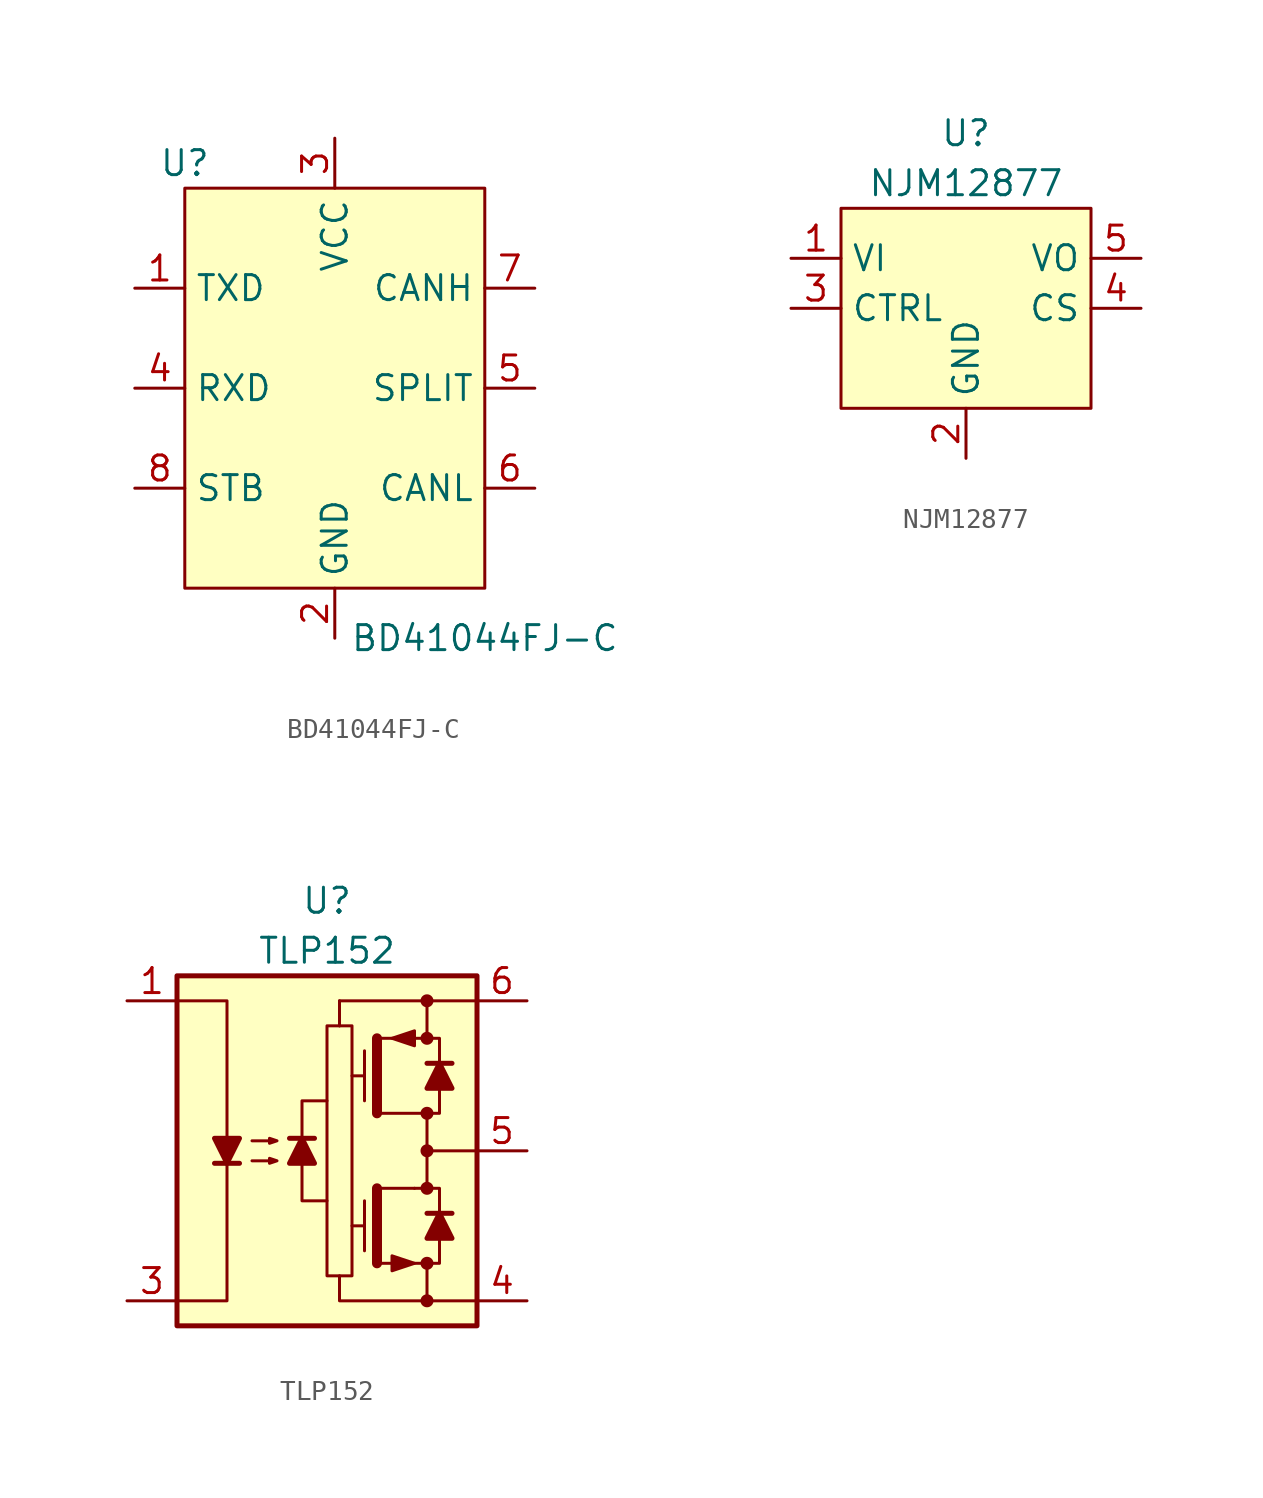
<source format=kicad_sym>
(kicad_symbol_lib
  (version 20231120)
  (generator "kicad_symbol_editor")
  (generator_version "8.0")
  (symbol "BD41044FJ-C"
    (property "Reference" "U"
      (at -7.62 11.43 0)
      (effects (font (size 1.27 1.27))))
    (property "Value" "BD41044FJ-C"
      (at 7.62 -12.7 0)
      (effects (font (size 1.27 1.27))))
    (symbol "BD41044FJ-C_1_1"
      (rectangle (start -7.62 10.16) (end 7.62 -10.16) (stroke (width 0) (type default)) (fill (type background)))
      (pin passive line (at -10.16 5.08 0) (length 2.54) (name "TXD" (effects (font (size 1.27 1.27)))) (number "1" (effects (font (size 1.27 1.27)))))
      (pin power_in line (at 0 -12.7 90) (length 2.54) (name "GND" (effects (font (size 1.27 1.27)))) (number "2" (effects (font (size 1.27 1.27)))))
      (pin power_in line (at 0 12.7 270) (length 2.54) (name "VCC" (effects (font (size 1.27 1.27)))) (number "3" (effects (font (size 1.27 1.27)))))
      (pin passive line (at -10.16 0 0) (length 2.54) (name "RXD" (effects (font (size 1.27 1.27)))) (number "4" (effects (font (size 1.27 1.27)))))
      (pin passive line (at 10.16 0 180) (length 2.54) (name "SPLIT" (effects (font (size 1.27 1.27)))) (number "5" (effects (font (size 1.27 1.27)))))
      (pin passive line (at 10.16 -5.08 180) (length 2.54) (name "CANL" (effects (font (size 1.27 1.27)))) (number "6" (effects (font (size 1.27 1.27)))))
      (pin passive line (at 10.16 5.08 180) (length 2.54) (name "CANH" (effects (font (size 1.27 1.27)))) (number "7" (effects (font (size 1.27 1.27)))))
      (pin passive line (at -10.16 -5.08 0) (length 2.54) (name "STB" (effects (font (size 1.27 1.27)))) (number "8" (effects (font (size 1.27 1.27)))))))
  (symbol "NJM12877"
    (property "Reference" "U"
      (at 0 8.89 0)
      (effects (font (size 1.27 1.27))))
    (property "Value" "NJM12877"
      (at 0 6.35 0)
      (effects (font (size 1.27 1.27))))
    (symbol "NJM12877_1_1"
      (rectangle (start -6.35 5.08) (end 6.35 -5.08) (stroke (width 0) (type default)) (fill (type background)))
      (pin power_in line (at -8.89 2.54 0) (length 2.54) (name "VI" (effects (font (size 1.27 1.27)))) (number "1" (effects (font (size 1.27 1.27)))))
      (pin power_in line (at 0 -7.62 90) (length 2.54) (name "GND" (effects (font (size 1.27 1.27)))) (number "2" (effects (font (size 1.27 1.27)))))
      (pin passive line (at -8.89 0 0) (length 2.54) (name "CTRL" (effects (font (size 1.27 1.27)))) (number "3" (effects (font (size 1.27 1.27)))))
      (pin passive line (at 8.89 0 180) (length 2.54) (name "CS" (effects (font (size 1.27 1.27)))) (number "4" (effects (font (size 1.27 1.27)))))
      (pin power_out line (at 8.89 2.54 180) (length 2.54) (name "VO" (effects (font (size 1.27 1.27)))) (number "5" (effects (font (size 1.27 1.27)))))))
  (symbol "TLP152"
    (property "Reference" "U"
      (at 0 12.7 0)
      (effects (font (size 1.27 1.27))))
    (property "Value" "TLP152"
      (at 0 10.16 0)
      (effects (font (size 1.27 1.27))))
    (symbol "TLP152_0_1"
      (rectangle (start -7.62 8.89) (end 7.62 -8.89) (stroke (width 0.254) (type default)) (fill (type background)))
      (polyline (pts (xy -5.715 -0.635) (xy -4.445 -0.635)) (stroke (width 0.254) (type default)) (fill (type none)))
      (polyline (pts (xy -0.635 0.635) (xy -1.905 0.635)) (stroke (width 0.254) (type default)) (fill (type none)))
      (polyline (pts (xy 1.27 -3.81) (xy 1.905 -3.81)) (stroke (width 0) (type default)) (fill (type none)))
      (polyline (pts (xy 1.27 3.81) (xy 1.905 3.81)) (stroke (width 0) (type default)) (fill (type none)))
      (polyline (pts (xy 1.905 -5.08) (xy 1.905 -2.54)) (stroke (width 0) (type default)) (fill (type none)))
      (polyline (pts (xy 1.905 2.54) (xy 1.905 5.08)) (stroke (width 0) (type default)) (fill (type none)))
      (polyline (pts (xy 2.54 -5.715) (xy 2.54 -1.905)) (stroke (width 0.508) (type default)) (fill (type none)))
      (polyline (pts (xy 2.54 1.905) (xy 2.54 5.715)) (stroke (width 0.508) (type default)) (fill (type none)))
      (polyline (pts (xy 4.445 -1.905) (xy 2.54 -1.905)) (stroke (width 0) (type default)) (fill (type none)))
      (polyline (pts (xy 4.445 5.715) (xy 2.54 5.715)) (stroke (width 0) (type default)) (fill (type none)))
      (polyline (pts (xy 5.08 -5.715) (xy 5.08 -7.62)) (stroke (width 0) (type default)) (fill (type none)))
      (polyline (pts (xy 5.08 0) (xy 7.62 0)) (stroke (width 0) (type default)) (fill (type none)))
      (polyline (pts (xy 5.08 1.905) (xy 5.08 -1.905)) (stroke (width 0) (type default)) (fill (type none)))
      (polyline (pts (xy 5.08 7.62) (xy 5.08 5.715)) (stroke (width 0) (type default)) (fill (type none)))
      (polyline (pts (xy 6.35 -3.175) (xy 5.08 -3.175)) (stroke (width 0.254) (type default)) (fill (type none)))
      (polyline (pts (xy 6.35 4.445) (xy 5.08 4.445)) (stroke (width 0.254) (type default)) (fill (type none)))
      (polyline (pts (xy 7.62 7.62) (xy 0.635 7.62)) (stroke (width 0) (type default)) (fill (type none)))
      (polyline (pts (xy -1.27 -0.635) (xy -1.27 -2.54) (xy 0 -2.54)) (stroke (width 0) (type default)) (fill (type none)))
      (polyline (pts (xy -1.27 0.635) (xy -1.27 2.54) (xy 0 2.54)) (stroke (width 0) (type default)) (fill (type none)))
      (polyline (pts (xy 0.635 -6.35) (xy 0.635 -7.62) (xy 7.62 -7.62)) (stroke (width 0) (type default)) (fill (type none)))
      (polyline (pts (xy 4.445 -1.905) (xy 5.715 -1.905) (xy 5.715 -3.175)) (stroke (width 0) (type default)) (fill (type none)))
      (polyline (pts (xy 4.445 5.715) (xy 5.715 5.715) (xy 5.715 4.445)) (stroke (width 0) (type default)) (fill (type none)))
      (polyline (pts (xy 5.715 -4.445) (xy 5.715 -5.715) (xy 2.54 -5.715)) (stroke (width 0) (type default)) (fill (type none)))
      (polyline (pts (xy 5.715 3.175) (xy 5.715 1.905) (xy 2.54 1.905)) (stroke (width 0) (type default)) (fill (type none)))
      (polyline (pts (xy -7.62 7.62) (xy -5.08 7.62) (xy -5.08 -7.62) (xy -7.62 -7.62)) (stroke (width 0) (type default)) (fill (type none)))
      (polyline (pts (xy -5.08 -0.635) (xy -5.715 0.635) (xy -4.445 0.635) (xy -5.08 -0.635)) (stroke (width 0.254) (type default)) (fill (type outline)))
      (polyline (pts (xy -1.27 0.635) (xy -0.635 -0.635) (xy -1.905 -0.635) (xy -1.27 0.635)) (stroke (width 0.254) (type default)) (fill (type outline)))
      (polyline (pts (xy 3.302 5.715) (xy 4.445 6.096) (xy 4.445 5.334) (xy 3.302 5.715)) (stroke (width 0) (type default)) (fill (type outline)))
      (polyline (pts (xy 4.445 -5.715) (xy 3.302 -5.334) (xy 3.302 -6.096) (xy 4.445 -5.715)) (stroke (width 0) (type default)) (fill (type outline)))
      (polyline (pts (xy 5.715 -3.175) (xy 6.35 -4.445) (xy 5.08 -4.445) (xy 5.715 -3.175)) (stroke (width 0.254) (type default)) (fill (type outline)))
      (polyline (pts (xy 5.715 4.445) (xy 6.35 3.175) (xy 5.08 3.175) (xy 5.715 4.445)) (stroke (width 0.254) (type default)) (fill (type outline)))
      (polyline (pts (xy -3.81 -0.508) (xy -2.54 -0.508) (xy -2.921 -0.635) (xy -2.921 -0.381) (xy -2.54 -0.508)) (stroke (width 0) (type default)) (fill (type none)))
      (polyline (pts (xy -3.81 0.508) (xy -2.54 0.508) (xy -2.921 0.381) (xy -2.921 0.635) (xy -2.54 0.508)) (stroke (width 0) (type default)) (fill (type none)))
      (polyline (pts (xy 1.27 6.35) (xy 1.27 -6.35) (xy 0 -6.35) (xy 0 6.35) (xy 1.27 6.35)) (stroke (width 0) (type default)) (fill (type none)))
      (rectangle (start 0.635 6.35) (end 0.635 6.35) (stroke (width 0) (type default)) (fill (type none)))
      (rectangle (start 0.635 6.35) (end 0.635 7.62) (stroke (width 0) (type default)) (fill (type none)))
      (circle (center 5.08 -7.62) (radius 0.254) (stroke (width 0) (type default)) (fill (type outline)))
      (circle (center 5.08 -5.715) (radius 0.254) (stroke (width 0) (type default)) (fill (type outline)))
      (circle (center 5.08 -1.905) (radius 0.254) (stroke (width 0) (type default)) (fill (type outline)))
      (circle (center 5.08 0) (radius 0.254) (stroke (width 0) (type default)) (fill (type outline)))
      (circle (center 5.08 1.905) (radius 0.254) (stroke (width 0) (type default)) (fill (type outline)))
      (circle (center 5.08 5.715) (radius 0.254) (stroke (width 0) (type default)) (fill (type outline)))
      (circle (center 5.08 7.62) (radius 0.254) (stroke (width 0) (type default)) (fill (type outline))))
    (symbol "TLP152_1_1"
      (pin passive line (at -10.16 7.62 0) (length 2.54) (name "" (effects (font (size 1.27 1.27)))) (number "1" (effects (font (size 1.27 1.27)))))
      (pin no_connect line (at -7.62 0 0) (length 2.54) hide (name "NC" (effects (font (size 1.27 1.27)))) (number "2" (effects (font (size 1.27 1.27)))))
      (pin passive line (at -10.16 -7.62 0) (length 2.54) (name "" (effects (font (size 1.27 1.27)))) (number "3" (effects (font (size 1.27 1.27)))))
      (pin power_in line (at 10.16 -7.62 180) (length 2.54) (name "" (effects (font (size 1.27 1.27)))) (number "4" (effects (font (size 1.27 1.27)))))
      (pin output line (at 10.16 0 180) (length 2.54) (name "" (effects (font (size 1.27 1.27)))) (number "5" (effects (font (size 1.27 1.27)))))
      (pin power_in line (at 10.16 7.62 180) (length 2.54) (name "" (effects (font (size 1.27 1.27)))) (number "6" (effects (font (size 1.27 1.27))))))))
</source>
